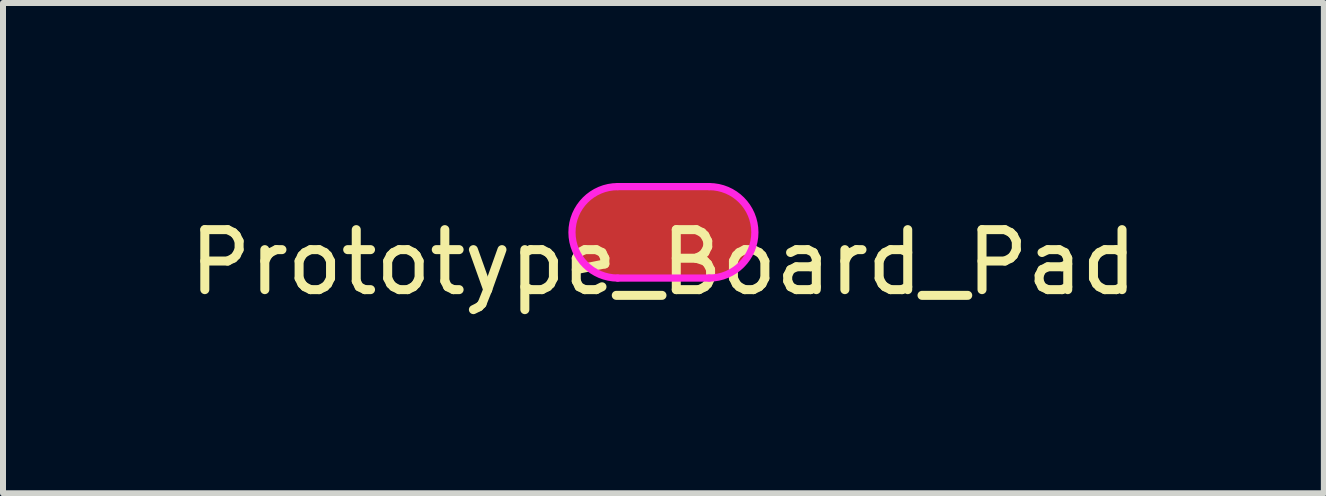
<source format=kicad_pcb>
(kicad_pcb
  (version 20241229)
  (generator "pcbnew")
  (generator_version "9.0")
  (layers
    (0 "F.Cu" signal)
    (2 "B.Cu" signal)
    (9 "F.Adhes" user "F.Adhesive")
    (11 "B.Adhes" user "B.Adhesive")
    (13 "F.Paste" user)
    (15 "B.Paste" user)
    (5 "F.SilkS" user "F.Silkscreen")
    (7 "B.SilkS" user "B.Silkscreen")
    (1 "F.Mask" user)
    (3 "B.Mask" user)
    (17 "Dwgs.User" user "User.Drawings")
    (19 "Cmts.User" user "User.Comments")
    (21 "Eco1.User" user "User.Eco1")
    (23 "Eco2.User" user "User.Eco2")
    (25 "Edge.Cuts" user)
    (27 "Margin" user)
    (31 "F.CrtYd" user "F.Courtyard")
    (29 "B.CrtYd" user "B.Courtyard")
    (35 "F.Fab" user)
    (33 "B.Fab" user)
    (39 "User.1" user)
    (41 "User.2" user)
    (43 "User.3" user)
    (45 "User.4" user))
  (footprint "Prototype_Board_Pad"
    (layer "F.Cu")
    (at 8.006 0.822)
    (property "Reference" "Prototype_Board_Pad" (at 0 0.5 0) (layer "F.SilkS") (effects (font (size 1 1) (thickness 0.15))))
    (attr through_hole)
    (fp_line (start -0.762 0.762) (end 0.762 0.762) (stroke (width 0.12) (type solid)) (layer "F.CrtYd"))
    (fp_line (start 0.762 -0.762) (end -0.762 -0.762) (stroke (width 0.12) (type solid)) (layer "F.CrtYd"))
    (fp_arc (start -0.762 0.762) (mid -1.524 0) (end -0.762 -0.762) (stroke (width 0.12) (type solid)) (layer "F.CrtYd"))
    (fp_arc (start 0.762 -0.762) (mid 1.524 0) (end 0.762 0.762) (stroke (width 0.12) (type solid)) (layer "F.CrtYd"))
    (pad "1" smd oval (at 0 0) (size 3.048 1.524) (layers "F.Cu" "F.Mask" "F.Paste")))
  (gr_rect
    (start -3 -3)
    (end 19.012 5.17)
    (stroke (width 0.1) (type default))
    (fill no)
    (layer "Edge.Cuts")))
</source>
